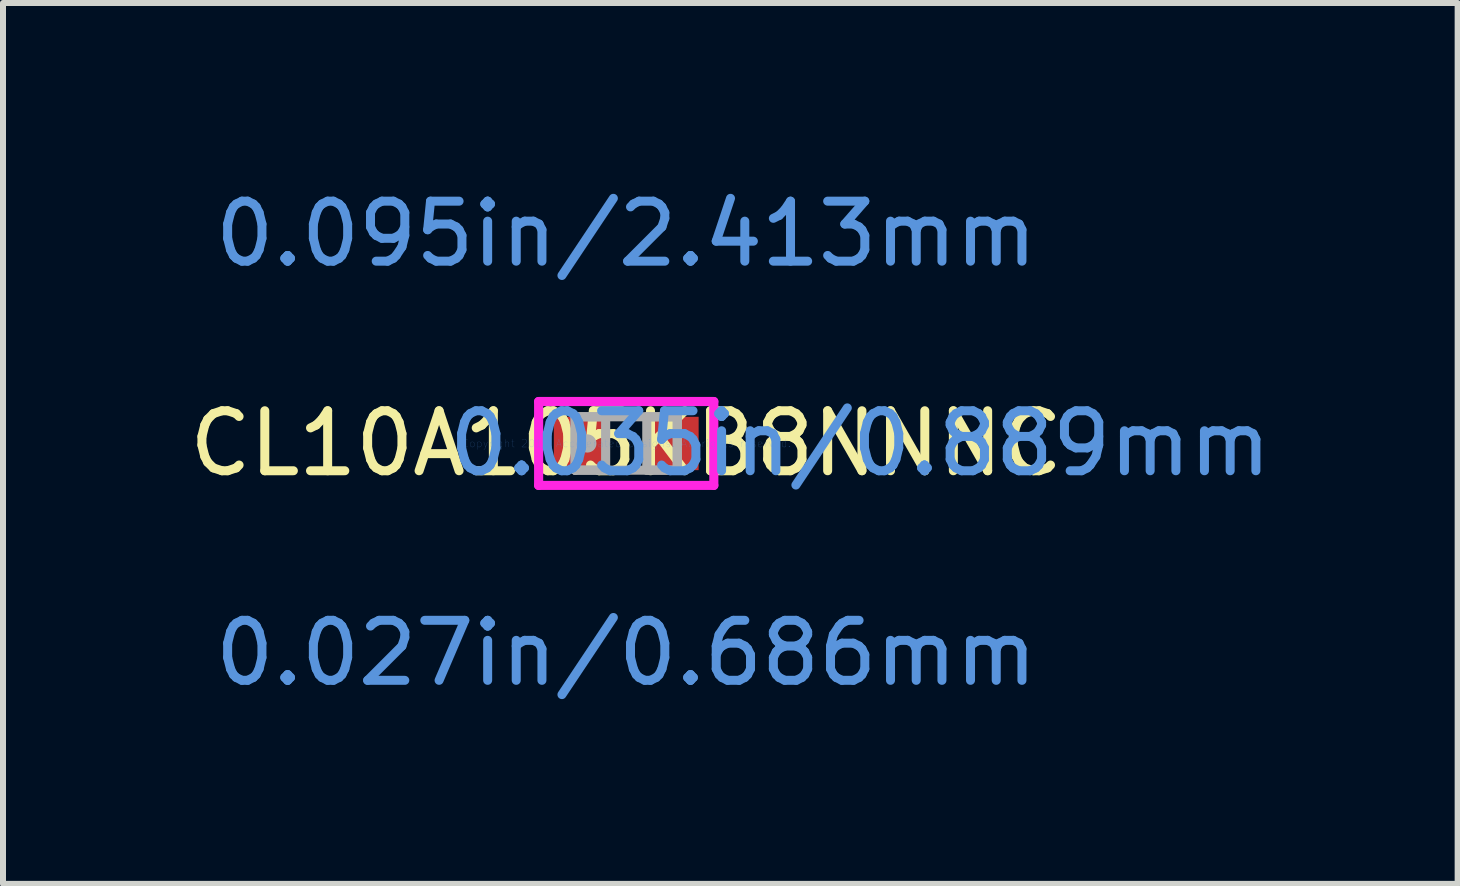
<source format=kicad_pcb>
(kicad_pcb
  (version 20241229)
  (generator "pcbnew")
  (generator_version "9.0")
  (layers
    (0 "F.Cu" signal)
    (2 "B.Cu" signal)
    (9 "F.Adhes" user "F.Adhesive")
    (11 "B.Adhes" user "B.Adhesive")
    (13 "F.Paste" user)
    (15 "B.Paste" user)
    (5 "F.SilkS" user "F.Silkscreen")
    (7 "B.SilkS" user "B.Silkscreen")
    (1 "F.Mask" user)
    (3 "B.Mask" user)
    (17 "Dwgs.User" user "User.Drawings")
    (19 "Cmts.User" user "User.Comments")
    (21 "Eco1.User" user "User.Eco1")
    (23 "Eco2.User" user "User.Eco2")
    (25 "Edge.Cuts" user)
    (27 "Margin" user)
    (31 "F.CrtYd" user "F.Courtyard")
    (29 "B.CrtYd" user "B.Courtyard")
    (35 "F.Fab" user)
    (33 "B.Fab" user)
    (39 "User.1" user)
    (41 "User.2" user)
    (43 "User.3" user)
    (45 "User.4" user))
  (footprint "CL10A105KB8NNNC"
    (layer "F.Cu")
    (at 7.387 4.341)
    (property "Reference" "CL10A105KB8NNNC" (at 0 0 0) (layer "F.SilkS") (effects (font (size 1 1) (thickness 0.15))))
    (attr through_hole)
    (fp_line (start -1.46 -0.699) (end 1.46 -0.699) (stroke (width 0.152) (type solid)) (layer "F.CrtYd"))
    (fp_line (start -1.46 0.699) (end -1.46 -0.699) (stroke (width 0.152) (type solid)) (layer "F.CrtYd"))
    (fp_line (start 1.46 -0.699) (end 1.46 0.699) (stroke (width 0.152) (type solid)) (layer "F.CrtYd"))
    (fp_line (start 1.46 0.699) (end -1.46 0.699) (stroke (width 0.152) (type solid)) (layer "F.CrtYd"))
    (fp_line (start -0.851 -0.445) (end -0.851 0.445) (stroke (width 0.152) (type solid)) (layer "F.Fab"))
    (fp_line (start -0.851 -0.445) (end -0.851 0.445) (stroke (width 0.152) (type solid)) (layer "F.Fab"))
    (fp_line (start -0.851 0.445) (end -0.343 0.445) (stroke (width 0.152) (type solid)) (layer "F.Fab"))
    (fp_line (start -0.851 0.445) (end 0.851 0.445) (stroke (width 0.152) (type solid)) (layer "F.Fab"))
    (fp_line (start -0.343 -0.445) (end -0.851 -0.445) (stroke (width 0.152) (type solid)) (layer "F.Fab"))
    (fp_line (start -0.343 0.445) (end -0.343 -0.445) (stroke (width 0.152) (type solid)) (layer "F.Fab"))
    (fp_line (start 0.343 -0.445) (end 0.343 0.445) (stroke (width 0.152) (type solid)) (layer "F.Fab"))
    (fp_line (start 0.343 0.445) (end 0.851 0.445) (stroke (width 0.152) (type solid)) (layer "F.Fab"))
    (fp_line (start 0.851 -0.445) (end -0.851 -0.445) (stroke (width 0.152) (type solid)) (layer "F.Fab"))
    (fp_line (start 0.851 -0.445) (end 0.343 -0.445) (stroke (width 0.152) (type solid)) (layer "F.Fab"))
    (fp_line (start 0.851 0.445) (end 0.851 -0.445) (stroke (width 0.152) (type solid)) (layer "F.Fab"))
    (fp_line (start 0.851 0.445) (end 0.851 -0.445) (stroke (width 0.152) (type solid)) (layer "F.Fab"))
    (fp_circle (center -0.648 0) (end -0.648 0) (stroke (width 0.152) (type solid)) (fill no) (layer "F.Fab"))
    (fp_text user "0.035in/0.889mm" (at 3.899 0 0) (layer "Cmts.User") (effects (font (size 1 1) (thickness 0.15))))
    (fp_text user "0.095in/2.413mm" (at 0 -3.493 0) (layer "Cmts.User") (effects (font (size 1 1) (thickness 0.15))))
    (fp_text user "0.027in/0.686mm" (at 0 3.493 0) (layer "Cmts.User") (effects (font (size 1 1) (thickness 0.15))))
    (fp_text user "Copyright 2016 Accelerated Designs. All rights reserved." (at 0 0 0) (layer "Cmts.User") (effects (font (size 0.127 0.127) (thickness 0.002))))
    (pad "1" smd rect (at -0.775 0) (size 0.864 0.889) (layers "F.Cu" "F.Mask" "F.Paste"))
    (pad "2" smd rect (at 0.775 0) (size 0.864 0.889) (layers "F.Cu" "F.Mask" "F.Paste")))
  (gr_rect
    (start -3 -3)
    (end 21.244 11.681)
    (stroke (width 0.1) (type default))
    (fill no)
    (layer "Edge.Cuts")))
</source>
